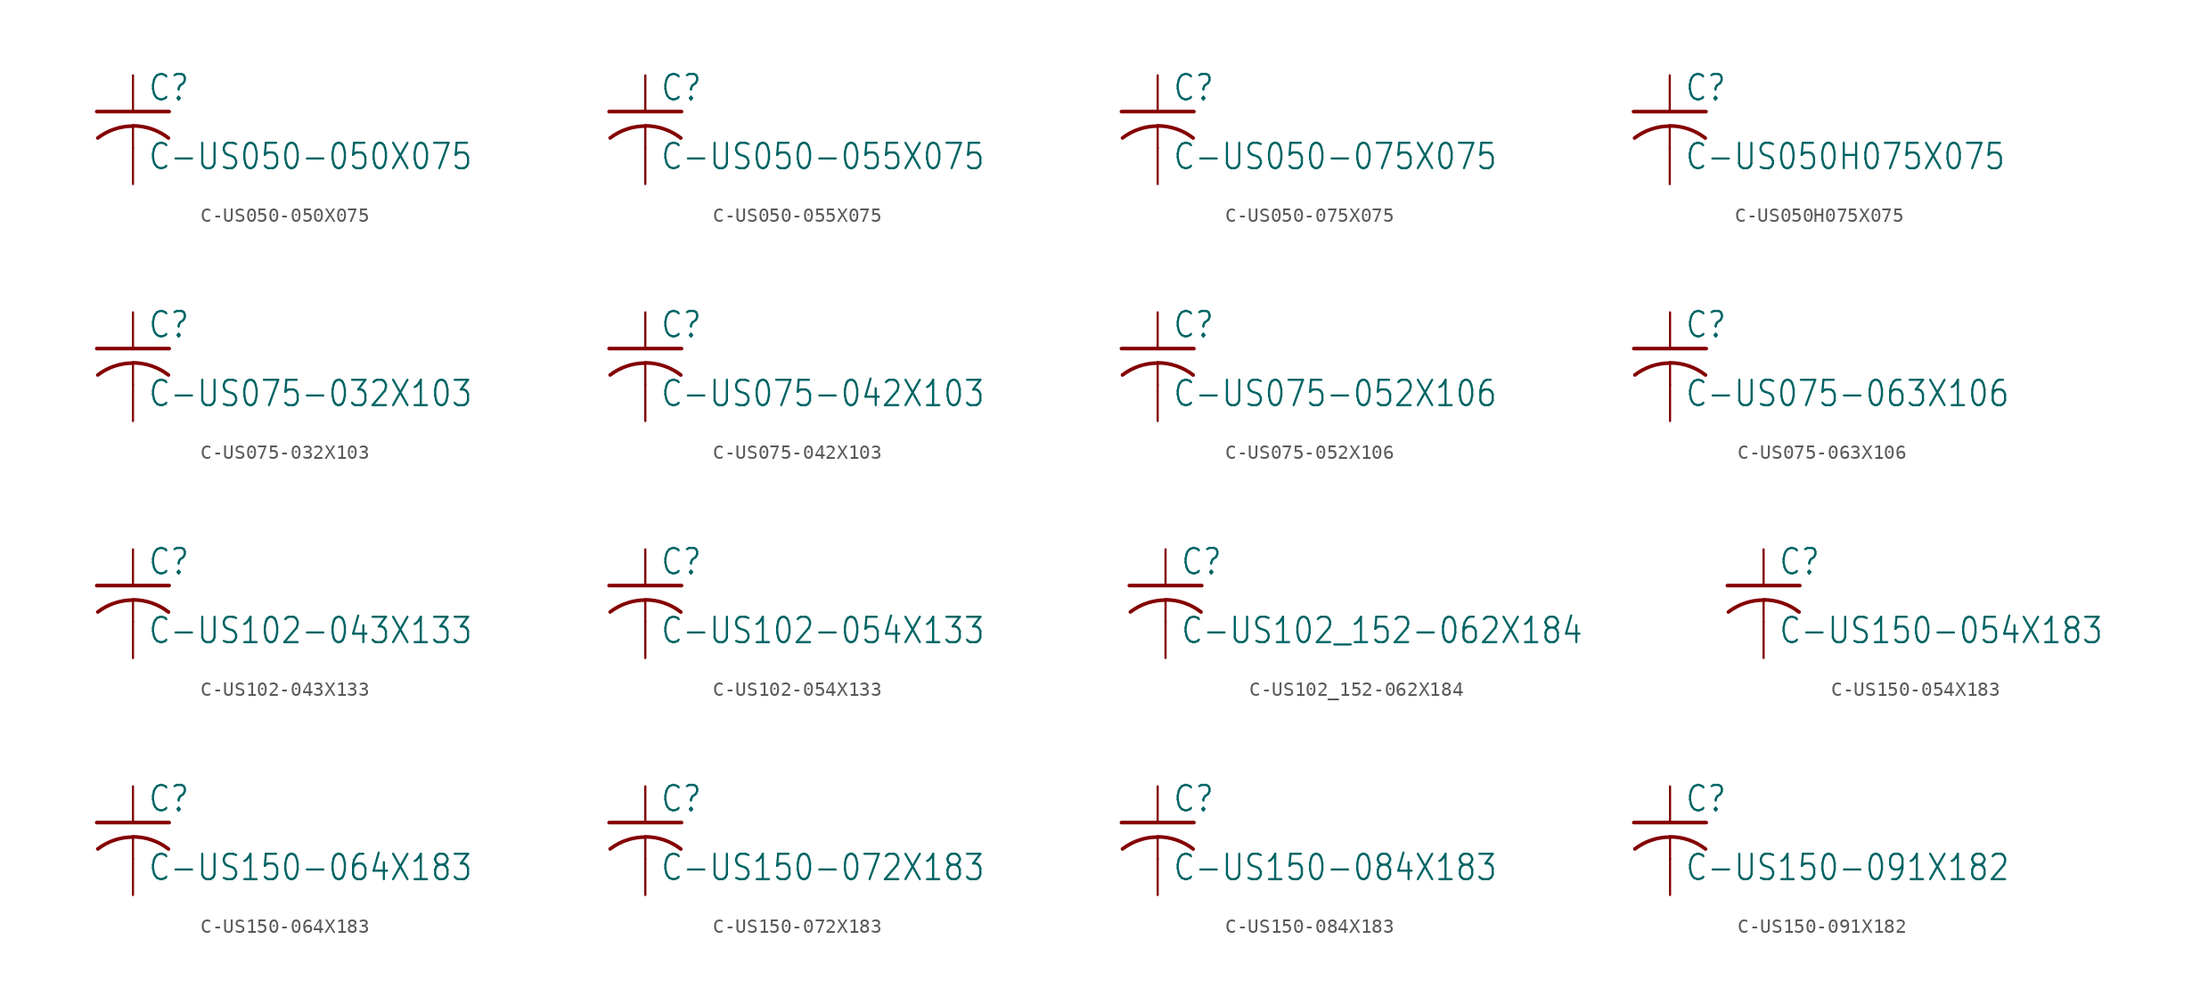
<source format=kicad_sym>
(kicad_symbol_lib
  (version 20201005)
  (generator kicad_symbol_editor)
  (symbol "C-US050-050X075"
    (property "Reference" "C"
      (at 1.016 0.635 0)
      (effects (font (size 1.778 1.511)) (justify left bottom)))
    (property "Value" "C-US050-050X075"
      (at 1.016 -4.191 0)
      (effects (font (size 1.778 1.511)) (justify left bottom)))
    (property "ki_locked" ""
      (at 0 0 0)
      (effects (font (size 1.27 1.27))))
    (symbol "C-US050-050X075_1_0"
      (arc (start 2.4892 -1.8542) (end 0 -1) (radius (at 0 -5.0542) (length 4.0541) (angles 52.1 90)) (stroke (width 0.254)) (fill (type none)))
      (arc (start 0 -1.0161) (end -2.4668 -1.8504) (radius (at 0 -5.0799) (length 4.0638) (angles 90 127.4)) (stroke (width 0.254)) (fill (type none)))
      (polyline (pts (xy -2.54 0) (xy 2.54 0)) (stroke (width 0.254)) (fill (type none)))
      (polyline (pts (xy 0 -1.016) (xy 0 -2.54)) (stroke (width 0.152)) (fill (type none)))
      (pin passive line (at 0 2.54 270) (length 2.54) (name "1" (effects (font (size 0 0)))) (number "1" (effects (font (size 0 0)))))
      (pin passive line (at 0 -5.08 90) (length 2.54) (name "2" (effects (font (size 0 0)))) (number "2" (effects (font (size 0 0)))))))
  (symbol "C-US050-055X075"
    (property "Reference" "C"
      (at 1.016 0.635 0)
      (effects (font (size 1.778 1.511)) (justify left bottom)))
    (property "Value" "C-US050-055X075"
      (at 1.016 -4.191 0)
      (effects (font (size 1.778 1.511)) (justify left bottom)))
    (property "ki_locked" ""
      (at 0 0 0)
      (effects (font (size 1.27 1.27))))
    (symbol "C-US050-055X075_1_0"
      (arc (start 2.4892 -1.8542) (end 0 -1) (radius (at 0 -5.0542) (length 4.0541) (angles 52.1 90)) (stroke (width 0.254)) (fill (type none)))
      (arc (start 0 -1.0161) (end -2.4668 -1.8504) (radius (at 0 -5.0799) (length 4.0638) (angles 90 127.4)) (stroke (width 0.254)) (fill (type none)))
      (polyline (pts (xy -2.54 0) (xy 2.54 0)) (stroke (width 0.254)) (fill (type none)))
      (polyline (pts (xy 0 -1.016) (xy 0 -2.54)) (stroke (width 0.152)) (fill (type none)))
      (pin passive line (at 0 2.54 270) (length 2.54) (name "1" (effects (font (size 0 0)))) (number "1" (effects (font (size 0 0)))))
      (pin passive line (at 0 -5.08 90) (length 2.54) (name "2" (effects (font (size 0 0)))) (number "2" (effects (font (size 0 0)))))))
  (symbol "C-US050-075X075"
    (property "Reference" "C"
      (at 1.016 0.635 0)
      (effects (font (size 1.778 1.511)) (justify left bottom)))
    (property "Value" "C-US050-075X075"
      (at 1.016 -4.191 0)
      (effects (font (size 1.778 1.511)) (justify left bottom)))
    (property "ki_locked" ""
      (at 0 0 0)
      (effects (font (size 1.27 1.27))))
    (symbol "C-US050-075X075_1_0"
      (arc (start 2.4892 -1.8542) (end 0 -1) (radius (at 0 -5.0542) (length 4.0541) (angles 52.1 90)) (stroke (width 0.254)) (fill (type none)))
      (arc (start 0 -1.0161) (end -2.4668 -1.8504) (radius (at 0 -5.0799) (length 4.0638) (angles 90 127.4)) (stroke (width 0.254)) (fill (type none)))
      (polyline (pts (xy -2.54 0) (xy 2.54 0)) (stroke (width 0.254)) (fill (type none)))
      (polyline (pts (xy 0 -1.016) (xy 0 -2.54)) (stroke (width 0.152)) (fill (type none)))
      (pin passive line (at 0 2.54 270) (length 2.54) (name "1" (effects (font (size 0 0)))) (number "1" (effects (font (size 0 0)))))
      (pin passive line (at 0 -5.08 90) (length 2.54) (name "2" (effects (font (size 0 0)))) (number "2" (effects (font (size 0 0)))))))
  (symbol "C-US050H075X075"
    (property "Reference" "C"
      (at 1.016 0.635 0)
      (effects (font (size 1.778 1.511)) (justify left bottom)))
    (property "Value" "C-US050H075X075"
      (at 1.016 -4.191 0)
      (effects (font (size 1.778 1.511)) (justify left bottom)))
    (property "ki_locked" ""
      (at 0 0 0)
      (effects (font (size 1.27 1.27))))
    (symbol "C-US050H075X075_1_0"
      (arc (start 2.4892 -1.8542) (end 0 -1) (radius (at 0 -5.0542) (length 4.0541) (angles 52.1 90)) (stroke (width 0.254)) (fill (type none)))
      (arc (start 0 -1.0161) (end -2.4668 -1.8504) (radius (at 0 -5.0799) (length 4.0638) (angles 90 127.4)) (stroke (width 0.254)) (fill (type none)))
      (polyline (pts (xy -2.54 0) (xy 2.54 0)) (stroke (width 0.254)) (fill (type none)))
      (polyline (pts (xy 0 -1.016) (xy 0 -2.54)) (stroke (width 0.152)) (fill (type none)))
      (pin passive line (at 0 2.54 270) (length 2.54) (name "1" (effects (font (size 0 0)))) (number "1" (effects (font (size 0 0)))))
      (pin passive line (at 0 -5.08 90) (length 2.54) (name "2" (effects (font (size 0 0)))) (number "2" (effects (font (size 0 0)))))))
  (symbol "C-US075-032X103"
    (property "Reference" "C"
      (at 1.016 0.635 0)
      (effects (font (size 1.778 1.511)) (justify left bottom)))
    (property "Value" "C-US075-032X103"
      (at 1.016 -4.191 0)
      (effects (font (size 1.778 1.511)) (justify left bottom)))
    (property "ki_locked" ""
      (at 0 0 0)
      (effects (font (size 1.27 1.27))))
    (symbol "C-US075-032X103_1_0"
      (arc (start 2.4892 -1.8542) (end 0 -1) (radius (at 0 -5.0542) (length 4.0541) (angles 52.1 90)) (stroke (width 0.254)) (fill (type none)))
      (arc (start 0 -1.0161) (end -2.4668 -1.8504) (radius (at 0 -5.0799) (length 4.0638) (angles 90 127.4)) (stroke (width 0.254)) (fill (type none)))
      (polyline (pts (xy -2.54 0) (xy 2.54 0)) (stroke (width 0.254)) (fill (type none)))
      (polyline (pts (xy 0 -1.016) (xy 0 -2.54)) (stroke (width 0.152)) (fill (type none)))
      (pin passive line (at 0 2.54 270) (length 2.54) (name "1" (effects (font (size 0 0)))) (number "1" (effects (font (size 0 0)))))
      (pin passive line (at 0 -5.08 90) (length 2.54) (name "2" (effects (font (size 0 0)))) (number "2" (effects (font (size 0 0)))))))
  (symbol "C-US075-042X103"
    (property "Reference" "C"
      (at 1.016 0.635 0)
      (effects (font (size 1.778 1.511)) (justify left bottom)))
    (property "Value" "C-US075-042X103"
      (at 1.016 -4.191 0)
      (effects (font (size 1.778 1.511)) (justify left bottom)))
    (property "ki_locked" ""
      (at 0 0 0)
      (effects (font (size 1.27 1.27))))
    (symbol "C-US075-042X103_1_0"
      (arc (start 2.4892 -1.8542) (end 0 -1) (radius (at 0 -5.0542) (length 4.0541) (angles 52.1 90)) (stroke (width 0.254)) (fill (type none)))
      (arc (start 0 -1.0161) (end -2.4668 -1.8504) (radius (at 0 -5.0799) (length 4.0638) (angles 90 127.4)) (stroke (width 0.254)) (fill (type none)))
      (polyline (pts (xy -2.54 0) (xy 2.54 0)) (stroke (width 0.254)) (fill (type none)))
      (polyline (pts (xy 0 -1.016) (xy 0 -2.54)) (stroke (width 0.152)) (fill (type none)))
      (pin passive line (at 0 2.54 270) (length 2.54) (name "1" (effects (font (size 0 0)))) (number "1" (effects (font (size 0 0)))))
      (pin passive line (at 0 -5.08 90) (length 2.54) (name "2" (effects (font (size 0 0)))) (number "2" (effects (font (size 0 0)))))))
  (symbol "C-US075-052X106"
    (property "Reference" "C"
      (at 1.016 0.635 0)
      (effects (font (size 1.778 1.511)) (justify left bottom)))
    (property "Value" "C-US075-052X106"
      (at 1.016 -4.191 0)
      (effects (font (size 1.778 1.511)) (justify left bottom)))
    (property "ki_locked" ""
      (at 0 0 0)
      (effects (font (size 1.27 1.27))))
    (symbol "C-US075-052X106_1_0"
      (arc (start 2.4892 -1.8542) (end 0 -1) (radius (at 0 -5.0542) (length 4.0541) (angles 52.1 90)) (stroke (width 0.254)) (fill (type none)))
      (arc (start 0 -1.0161) (end -2.4668 -1.8504) (radius (at 0 -5.0799) (length 4.0638) (angles 90 127.4)) (stroke (width 0.254)) (fill (type none)))
      (polyline (pts (xy -2.54 0) (xy 2.54 0)) (stroke (width 0.254)) (fill (type none)))
      (polyline (pts (xy 0 -1.016) (xy 0 -2.54)) (stroke (width 0.152)) (fill (type none)))
      (pin passive line (at 0 2.54 270) (length 2.54) (name "1" (effects (font (size 0 0)))) (number "1" (effects (font (size 0 0)))))
      (pin passive line (at 0 -5.08 90) (length 2.54) (name "2" (effects (font (size 0 0)))) (number "2" (effects (font (size 0 0)))))))
  (symbol "C-US075-063X106"
    (property "Reference" "C"
      (at 1.016 0.635 0)
      (effects (font (size 1.778 1.511)) (justify left bottom)))
    (property "Value" "C-US075-063X106"
      (at 1.016 -4.191 0)
      (effects (font (size 1.778 1.511)) (justify left bottom)))
    (property "ki_locked" ""
      (at 0 0 0)
      (effects (font (size 1.27 1.27))))
    (symbol "C-US075-063X106_1_0"
      (arc (start 2.4892 -1.8542) (end 0 -1) (radius (at 0 -5.0542) (length 4.0541) (angles 52.1 90)) (stroke (width 0.254)) (fill (type none)))
      (arc (start 0 -1.0161) (end -2.4668 -1.8504) (radius (at 0 -5.0799) (length 4.0638) (angles 90 127.4)) (stroke (width 0.254)) (fill (type none)))
      (polyline (pts (xy -2.54 0) (xy 2.54 0)) (stroke (width 0.254)) (fill (type none)))
      (polyline (pts (xy 0 -1.016) (xy 0 -2.54)) (stroke (width 0.152)) (fill (type none)))
      (pin passive line (at 0 2.54 270) (length 2.54) (name "1" (effects (font (size 0 0)))) (number "1" (effects (font (size 0 0)))))
      (pin passive line (at 0 -5.08 90) (length 2.54) (name "2" (effects (font (size 0 0)))) (number "2" (effects (font (size 0 0)))))))
  (symbol "C-US102-043X133"
    (property "Reference" "C"
      (at 1.016 0.635 0)
      (effects (font (size 1.778 1.511)) (justify left bottom)))
    (property "Value" "C-US102-043X133"
      (at 1.016 -4.191 0)
      (effects (font (size 1.778 1.511)) (justify left bottom)))
    (property "ki_locked" ""
      (at 0 0 0)
      (effects (font (size 1.27 1.27))))
    (symbol "C-US102-043X133_1_0"
      (arc (start 2.4892 -1.8542) (end 0 -1) (radius (at 0 -5.0542) (length 4.0541) (angles 52.1 90)) (stroke (width 0.254)) (fill (type none)))
      (arc (start 0 -1.0161) (end -2.4668 -1.8504) (radius (at 0 -5.0799) (length 4.0638) (angles 90 127.4)) (stroke (width 0.254)) (fill (type none)))
      (polyline (pts (xy -2.54 0) (xy 2.54 0)) (stroke (width 0.254)) (fill (type none)))
      (polyline (pts (xy 0 -1.016) (xy 0 -2.54)) (stroke (width 0.152)) (fill (type none)))
      (pin passive line (at 0 2.54 270) (length 2.54) (name "1" (effects (font (size 0 0)))) (number "1" (effects (font (size 0 0)))))
      (pin passive line (at 0 -5.08 90) (length 2.54) (name "2" (effects (font (size 0 0)))) (number "2" (effects (font (size 0 0)))))))
  (symbol "C-US102-054X133"
    (property "Reference" "C"
      (at 1.016 0.635 0)
      (effects (font (size 1.778 1.511)) (justify left bottom)))
    (property "Value" "C-US102-054X133"
      (at 1.016 -4.191 0)
      (effects (font (size 1.778 1.511)) (justify left bottom)))
    (property "ki_locked" ""
      (at 0 0 0)
      (effects (font (size 1.27 1.27))))
    (symbol "C-US102-054X133_1_0"
      (arc (start 2.4892 -1.8542) (end 0 -1) (radius (at 0 -5.0542) (length 4.0541) (angles 52.1 90)) (stroke (width 0.254)) (fill (type none)))
      (arc (start 0 -1.0161) (end -2.4668 -1.8504) (radius (at 0 -5.0799) (length 4.0638) (angles 90 127.4)) (stroke (width 0.254)) (fill (type none)))
      (polyline (pts (xy -2.54 0) (xy 2.54 0)) (stroke (width 0.254)) (fill (type none)))
      (polyline (pts (xy 0 -1.016) (xy 0 -2.54)) (stroke (width 0.152)) (fill (type none)))
      (pin passive line (at 0 2.54 270) (length 2.54) (name "1" (effects (font (size 0 0)))) (number "1" (effects (font (size 0 0)))))
      (pin passive line (at 0 -5.08 90) (length 2.54) (name "2" (effects (font (size 0 0)))) (number "2" (effects (font (size 0 0)))))))
  (symbol "C-US102_152-062X184"
    (property "Reference" "C"
      (at 1.016 0.635 0)
      (effects (font (size 1.778 1.511)) (justify left bottom)))
    (property "Value" "C-US102_152-062X184"
      (at 1.016 -4.191 0)
      (effects (font (size 1.778 1.511)) (justify left bottom)))
    (property "ki_locked" ""
      (at 0 0 0)
      (effects (font (size 1.27 1.27))))
    (symbol "C-US102_152-062X184_1_0"
      (arc (start 2.4892 -1.8542) (end 0 -1) (radius (at 0 -5.0542) (length 4.0541) (angles 52.1 90)) (stroke (width 0.254)) (fill (type none)))
      (arc (start 0 -1.0161) (end -2.4668 -1.8504) (radius (at 0 -5.0799) (length 4.0638) (angles 90 127.4)) (stroke (width 0.254)) (fill (type none)))
      (polyline (pts (xy -2.54 0) (xy 2.54 0)) (stroke (width 0.254)) (fill (type none)))
      (polyline (pts (xy 0 -1.016) (xy 0 -2.54)) (stroke (width 0.152)) (fill (type none)))
      (pin passive line (at 0 2.54 270) (length 2.54) (name "1" (effects (font (size 0 0)))) (number "1" (effects (font (size 0 0)))))
      (pin passive line (at 0 -5.08 90) (length 2.54) (name "2" (effects (font (size 0 0)))) (number "2" (effects (font (size 0 0)))))))
  (symbol "C-US150-054X183"
    (property "Reference" "C"
      (at 1.016 0.635 0)
      (effects (font (size 1.778 1.511)) (justify left bottom)))
    (property "Value" "C-US150-054X183"
      (at 1.016 -4.191 0)
      (effects (font (size 1.778 1.511)) (justify left bottom)))
    (property "ki_locked" ""
      (at 0 0 0)
      (effects (font (size 1.27 1.27))))
    (symbol "C-US150-054X183_1_0"
      (arc (start 2.4892 -1.8542) (end 0 -1) (radius (at 0 -5.0542) (length 4.0541) (angles 52.1 90)) (stroke (width 0.254)) (fill (type none)))
      (arc (start 0 -1.0161) (end -2.4668 -1.8504) (radius (at 0 -5.0799) (length 4.0638) (angles 90 127.4)) (stroke (width 0.254)) (fill (type none)))
      (polyline (pts (xy -2.54 0) (xy 2.54 0)) (stroke (width 0.254)) (fill (type none)))
      (polyline (pts (xy 0 -1.016) (xy 0 -2.54)) (stroke (width 0.152)) (fill (type none)))
      (pin passive line (at 0 2.54 270) (length 2.54) (name "1" (effects (font (size 0 0)))) (number "1" (effects (font (size 0 0)))))
      (pin passive line (at 0 -5.08 90) (length 2.54) (name "2" (effects (font (size 0 0)))) (number "2" (effects (font (size 0 0)))))))
  (symbol "C-US150-064X183"
    (property "Reference" "C"
      (at 1.016 0.635 0)
      (effects (font (size 1.778 1.511)) (justify left bottom)))
    (property "Value" "C-US150-064X183"
      (at 1.016 -4.191 0)
      (effects (font (size 1.778 1.511)) (justify left bottom)))
    (property "ki_locked" ""
      (at 0 0 0)
      (effects (font (size 1.27 1.27))))
    (symbol "C-US150-064X183_1_0"
      (arc (start 2.4892 -1.8542) (end 0 -1) (radius (at 0 -5.0542) (length 4.0541) (angles 52.1 90)) (stroke (width 0.254)) (fill (type none)))
      (arc (start 0 -1.0161) (end -2.4668 -1.8504) (radius (at 0 -5.0799) (length 4.0638) (angles 90 127.4)) (stroke (width 0.254)) (fill (type none)))
      (polyline (pts (xy -2.54 0) (xy 2.54 0)) (stroke (width 0.254)) (fill (type none)))
      (polyline (pts (xy 0 -1.016) (xy 0 -2.54)) (stroke (width 0.152)) (fill (type none)))
      (pin passive line (at 0 2.54 270) (length 2.54) (name "1" (effects (font (size 0 0)))) (number "1" (effects (font (size 0 0)))))
      (pin passive line (at 0 -5.08 90) (length 2.54) (name "2" (effects (font (size 0 0)))) (number "2" (effects (font (size 0 0)))))))
  (symbol "C-US150-072X183"
    (property "Reference" "C"
      (at 1.016 0.635 0)
      (effects (font (size 1.778 1.511)) (justify left bottom)))
    (property "Value" "C-US150-072X183"
      (at 1.016 -4.191 0)
      (effects (font (size 1.778 1.511)) (justify left bottom)))
    (property "ki_locked" ""
      (at 0 0 0)
      (effects (font (size 1.27 1.27))))
    (symbol "C-US150-072X183_1_0"
      (arc (start 2.4892 -1.8542) (end 0 -1) (radius (at 0 -5.0542) (length 4.0541) (angles 52.1 90)) (stroke (width 0.254)) (fill (type none)))
      (arc (start 0 -1.0161) (end -2.4668 -1.8504) (radius (at 0 -5.0799) (length 4.0638) (angles 90 127.4)) (stroke (width 0.254)) (fill (type none)))
      (polyline (pts (xy -2.54 0) (xy 2.54 0)) (stroke (width 0.254)) (fill (type none)))
      (polyline (pts (xy 0 -1.016) (xy 0 -2.54)) (stroke (width 0.152)) (fill (type none)))
      (pin passive line (at 0 2.54 270) (length 2.54) (name "1" (effects (font (size 0 0)))) (number "1" (effects (font (size 0 0)))))
      (pin passive line (at 0 -5.08 90) (length 2.54) (name "2" (effects (font (size 0 0)))) (number "2" (effects (font (size 0 0)))))))
  (symbol "C-US150-084X183"
    (property "Reference" "C"
      (at 1.016 0.635 0)
      (effects (font (size 1.778 1.511)) (justify left bottom)))
    (property "Value" "C-US150-084X183"
      (at 1.016 -4.191 0)
      (effects (font (size 1.778 1.511)) (justify left bottom)))
    (property "ki_locked" ""
      (at 0 0 0)
      (effects (font (size 1.27 1.27))))
    (symbol "C-US150-084X183_1_0"
      (arc (start 2.4892 -1.8542) (end 0 -1) (radius (at 0 -5.0542) (length 4.0541) (angles 52.1 90)) (stroke (width 0.254)) (fill (type none)))
      (arc (start 0 -1.0161) (end -2.4668 -1.8504) (radius (at 0 -5.0799) (length 4.0638) (angles 90 127.4)) (stroke (width 0.254)) (fill (type none)))
      (polyline (pts (xy -2.54 0) (xy 2.54 0)) (stroke (width 0.254)) (fill (type none)))
      (polyline (pts (xy 0 -1.016) (xy 0 -2.54)) (stroke (width 0.152)) (fill (type none)))
      (pin passive line (at 0 2.54 270) (length 2.54) (name "1" (effects (font (size 0 0)))) (number "1" (effects (font (size 0 0)))))
      (pin passive line (at 0 -5.08 90) (length 2.54) (name "2" (effects (font (size 0 0)))) (number "2" (effects (font (size 0 0)))))))
  (symbol "C-US150-091X182"
    (property "Reference" "C"
      (at 1.016 0.635 0)
      (effects (font (size 1.778 1.511)) (justify left bottom)))
    (property "Value" "C-US150-091X182"
      (at 1.016 -4.191 0)
      (effects (font (size 1.778 1.511)) (justify left bottom)))
    (property "ki_locked" ""
      (at 0 0 0)
      (effects (font (size 1.27 1.27))))
    (symbol "C-US150-091X182_1_0"
      (arc (start 2.4892 -1.8542) (end 0 -1) (radius (at 0 -5.0542) (length 4.0541) (angles 52.1 90)) (stroke (width 0.254)) (fill (type none)))
      (arc (start 0 -1.0161) (end -2.4668 -1.8504) (radius (at 0 -5.0799) (length 4.0638) (angles 90 127.4)) (stroke (width 0.254)) (fill (type none)))
      (polyline (pts (xy -2.54 0) (xy 2.54 0)) (stroke (width 0.254)) (fill (type none)))
      (polyline (pts (xy 0 -1.016) (xy 0 -2.54)) (stroke (width 0.152)) (fill (type none)))
      (pin passive line (at 0 2.54 270) (length 2.54) (name "1" (effects (font (size 0 0)))) (number "1" (effects (font (size 0 0)))))
      (pin passive line (at 0 -5.08 90) (length 2.54) (name "2" (effects (font (size 0 0)))) (number "2" (effects (font (size 0 0))))))))
</source>
